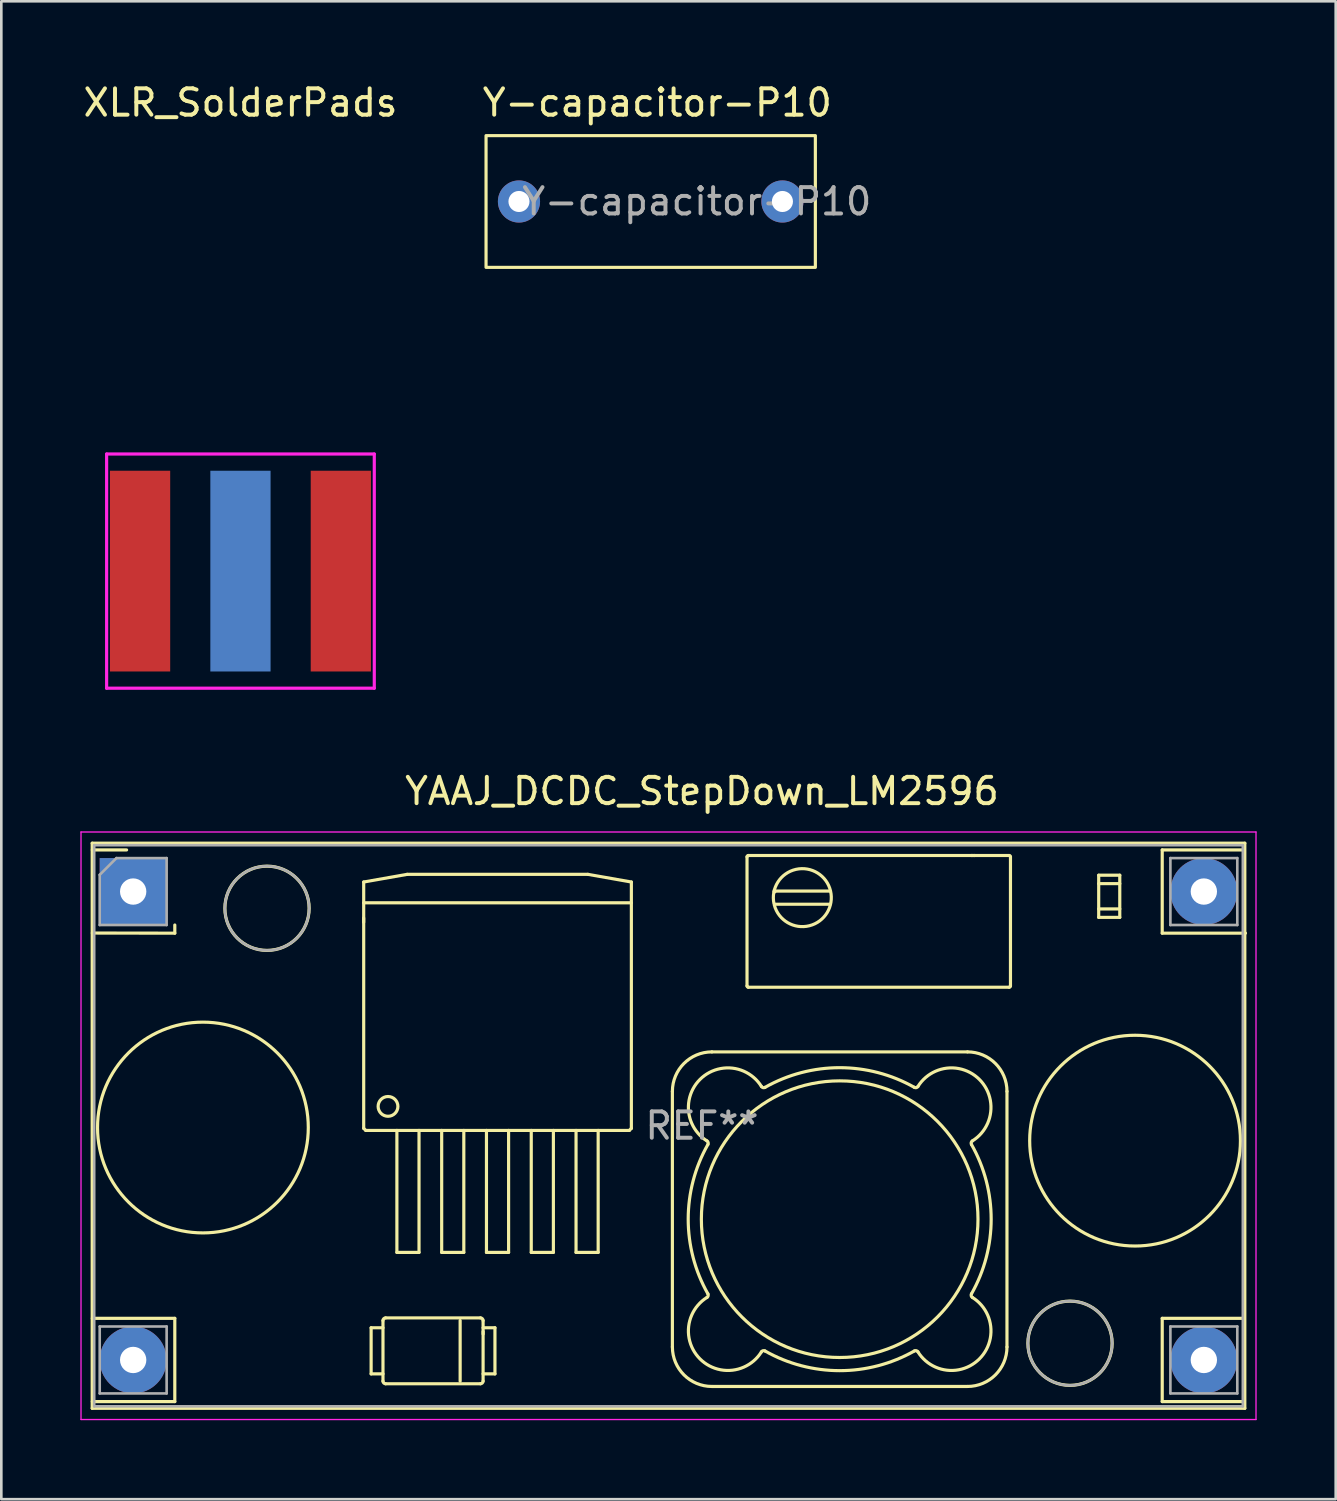
<source format=kicad_pcb>
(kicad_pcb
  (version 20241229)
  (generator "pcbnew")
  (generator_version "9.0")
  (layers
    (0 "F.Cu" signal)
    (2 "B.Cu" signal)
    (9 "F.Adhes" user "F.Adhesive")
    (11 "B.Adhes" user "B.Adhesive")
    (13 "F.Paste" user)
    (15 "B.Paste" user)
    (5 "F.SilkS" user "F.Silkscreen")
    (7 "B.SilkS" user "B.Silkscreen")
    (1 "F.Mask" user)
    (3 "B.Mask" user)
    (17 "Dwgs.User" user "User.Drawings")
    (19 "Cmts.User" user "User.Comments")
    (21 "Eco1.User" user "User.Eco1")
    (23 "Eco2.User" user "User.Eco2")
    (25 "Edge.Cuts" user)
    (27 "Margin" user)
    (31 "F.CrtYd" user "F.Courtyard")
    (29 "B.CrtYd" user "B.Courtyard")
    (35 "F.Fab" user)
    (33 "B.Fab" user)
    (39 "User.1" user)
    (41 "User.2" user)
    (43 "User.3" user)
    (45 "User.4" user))
  (footprint "Y-capacitor-P10"
    (layer "F.Cu")
    (at 21.649 4.598)
    (property "Reference" "Y-capacitor-P10" (at 0.25 -3.75 0) (layer "F.SilkS") (effects (font (size 1 1) (thickness 0.15))))
    (attr through_hole)
    (fp_rect (start -6.25 -2.5) (end 6.25 2.5) (stroke (width 0.12) (type solid)) (fill no) (layer "F.SilkS"))
    (fp_text user "${REFERENCE}" (at 1.75 0 0) (layer "F.Fab") (effects (font (size 1 1) (thickness 0.15))))
    (pad "1" thru_hole circle (at -5 0) (size 1.6 1.6) (drill 0.8) (layers "*.Cu" "*.Mask"))
    (pad "2" thru_hole circle (at 5 0) (size 1.6 1.6) (drill 0.8) (layers "*.Cu" "*.Mask")))
  (footprint "YAAJ_DCDC_StepDown_LM2596"
    (layer "F.Cu")
    (at 2.005 30.791)
    (property "Reference" "YAAJ_DCDC_StepDown_LM2596" (at 21.59 -3.81 0) (layer "F.SilkS") (effects (font (size 1 1) (thickness 0.15))))
    (attr through_hole)
    (fp_line (start -1.555 -1.835) (end -1.555 19.615) (stroke (width 0.12) (type solid)) (layer "F.SilkS"))
    (fp_line (start -1.555 19.615) (end 42.195 19.615) (stroke (width 0.12) (type solid)) (layer "F.SilkS"))
    (fp_line (start -1.55 -1.58) (end -0.25 -1.58) (stroke (width 0.12) (type solid)) (layer "F.SilkS"))
    (fp_line (start -1.55 1.575) (end 1.58 1.58) (stroke (width 0.12) (type solid)) (layer "F.SilkS"))
    (fp_line (start -1.55 16.2) (end 1.58 16.2) (stroke (width 0.12) (type solid)) (layer "F.SilkS"))
    (fp_line (start -1.55 19.36) (end 1.58 19.36) (stroke (width 0.12) (type solid)) (layer "F.SilkS"))
    (fp_line (start 1.58 1.27) (end 1.58 1.58) (stroke (width 0.12) (type solid)) (layer "F.SilkS"))
    (fp_line (start 1.58 16.2) (end 1.58 19.36) (stroke (width 0.12) (type solid)) (layer "F.SilkS"))
    (fp_line (start 8.749 1.004) (end 8.749 1.166) (stroke (width 0.12) (type solid)) (layer "F.SilkS"))
    (fp_line (start 8.75 -0.362) (end 10.4 -0.653) (stroke (width 0.12) (type solid)) (layer "F.SilkS"))
    (fp_line (start 8.75 8.989) (end 8.75 -0.362) (stroke (width 0.12) (type solid)) (layer "F.SilkS"))
    (fp_line (start 8.75 8.989) (end 8.828 9.067) (stroke (width 0.12) (type solid)) (layer "F.SilkS"))
    (fp_line (start 8.828 9.067) (end 18.833 9.067) (stroke (width 0.12) (type solid)) (layer "F.SilkS"))
    (fp_line (start 9.032 16.558) (end 9.482 16.558) (stroke (width 0.12) (type solid)) (layer "F.SilkS"))
    (fp_line (start 9.032 18.308) (end 9.032 16.558) (stroke (width 0.12) (type solid)) (layer "F.SilkS"))
    (fp_line (start 9.482 18.308) (end 9.032 18.308) (stroke (width 0.12) (type solid)) (layer "F.SilkS"))
    (fp_line (start 9.482 18.583) (end 9.482 16.283) (stroke (width 0.12) (type solid)) (layer "F.SilkS"))
    (fp_line (start 9.582 16.183) (end 13.182 16.183) (stroke (width 0.12) (type solid)) (layer "F.SilkS"))
    (fp_line (start 10.01 13.697) (end 10.01 9.067) (stroke (width 0.12) (type solid)) (layer "F.SilkS"))
    (fp_line (start 10.01 13.697) (end 10.85 13.697) (stroke (width 0.12) (type solid)) (layer "F.SilkS"))
    (fp_line (start 10.4 -0.653) (end 17.26 -0.653) (stroke (width 0.12) (type solid)) (layer "F.SilkS"))
    (fp_line (start 10.85 13.697) (end 10.85 9.067) (stroke (width 0.12) (type solid)) (layer "F.SilkS"))
    (fp_line (start 11.71 13.697) (end 11.71 9.067) (stroke (width 0.12) (type solid)) (layer "F.SilkS"))
    (fp_line (start 11.71 13.697) (end 12.55 13.697) (stroke (width 0.12) (type solid)) (layer "F.SilkS"))
    (fp_line (start 12.411 16.283) (end 12.411 18.583) (stroke (width 0.12) (type solid)) (layer "F.SilkS"))
    (fp_line (start 12.55 13.697) (end 12.55 9.067) (stroke (width 0.12) (type solid)) (layer "F.SilkS"))
    (fp_line (start 13.182 18.683) (end 9.582 18.683) (stroke (width 0.12) (type solid)) (layer "F.SilkS"))
    (fp_line (start 13.282 16.283) (end 13.282 18.583) (stroke (width 0.12) (type solid)) (layer "F.SilkS"))
    (fp_line (start 13.282 16.558) (end 13.732 16.558) (stroke (width 0.12) (type solid)) (layer "F.SilkS"))
    (fp_line (start 13.283 16.795) (end 13.283 16.7) (stroke (width 0.12) (type solid)) (layer "F.SilkS"))
    (fp_line (start 13.41 13.697) (end 13.41 9.067) (stroke (width 0.12) (type solid)) (layer "F.SilkS"))
    (fp_line (start 13.41 13.697) (end 14.25 13.697) (stroke (width 0.12) (type solid)) (layer "F.SilkS"))
    (fp_line (start 13.732 16.558) (end 13.732 18.308) (stroke (width 0.12) (type solid)) (layer "F.SilkS"))
    (fp_line (start 13.732 18.308) (end 13.282 18.308) (stroke (width 0.12) (type solid)) (layer "F.SilkS"))
    (fp_line (start 14.25 13.697) (end 14.25 9.067) (stroke (width 0.12) (type solid)) (layer "F.SilkS"))
    (fp_line (start 15.11 13.697) (end 15.11 9.067) (stroke (width 0.12) (type solid)) (layer "F.SilkS"))
    (fp_line (start 15.11 13.697) (end 15.95 13.697) (stroke (width 0.12) (type solid)) (layer "F.SilkS"))
    (fp_line (start 15.95 13.697) (end 15.95 9.067) (stroke (width 0.12) (type solid)) (layer "F.SilkS"))
    (fp_line (start 16.81 13.697) (end 16.81 9.067) (stroke (width 0.12) (type solid)) (layer "F.SilkS"))
    (fp_line (start 16.81 13.697) (end 17.65 13.697) (stroke (width 0.12) (type solid)) (layer "F.SilkS"))
    (fp_line (start 17.26 -0.653) (end 18.91 -0.362) (stroke (width 0.12) (type solid)) (layer "F.SilkS"))
    (fp_line (start 17.65 13.697) (end 17.65 9.067) (stroke (width 0.12) (type solid)) (layer "F.SilkS"))
    (fp_line (start 18.833 9.067) (end 18.91 8.989) (stroke (width 0.12) (type solid)) (layer "F.SilkS"))
    (fp_line (start 18.91 0.427) (end 8.75 0.427) (stroke (width 0.12) (type solid)) (layer "F.SilkS"))
    (fp_line (start 18.91 8.989) (end 18.91 -0.362) (stroke (width 0.12) (type solid)) (layer "F.SilkS"))
    (fp_line (start 20.467 7.586) (end 20.467 17.286) (stroke (width 0.12) (type solid)) (layer "F.SilkS"))
    (fp_line (start 21.967 18.786) (end 31.667 18.786) (stroke (width 0.12) (type solid)) (layer "F.SilkS"))
    (fp_line (start 23.3 3.582) (end 23.3 -1.318) (stroke (width 0.12) (type solid)) (layer "F.SilkS"))
    (fp_line (start 23.35 -1.368) (end 33.25 -1.368) (stroke (width 0.12) (type solid)) (layer "F.SilkS"))
    (fp_line (start 24.336 -0.049) (end 24.361 -0.018) (stroke (width 0.12) (type solid)) (layer "F.SilkS"))
    (fp_line (start 24.349 0.007) (end 24.324 0.002) (stroke (width 0.12) (type solid)) (layer "F.SilkS"))
    (fp_line (start 24.349 0.007) (end 24.356 -0.024) (stroke (width 0.12) (type solid)) (layer "F.SilkS"))
    (fp_line (start 24.349 0.007) (end 24.361 -0.018) (stroke (width 0.12) (type solid)) (layer "F.SilkS"))
    (fp_line (start 24.361 0.482) (end 26.439 0.482) (stroke (width 0.12) (type solid)) (layer "F.SilkS"))
    (fp_line (start 26.439 -0.018) (end 24.361 -0.018) (stroke (width 0.12) (type solid)) (layer "F.SilkS"))
    (fp_line (start 31.667 6.086) (end 21.967 6.086) (stroke (width 0.12) (type solid)) (layer "F.SilkS"))
    (fp_line (start 31.859 -1.369) (end 31.814 -1.369) (stroke (width 0.12) (type solid)) (layer "F.SilkS"))
    (fp_line (start 31.942 -1.369) (end 31.908 -1.369) (stroke (width 0.12) (type solid)) (layer "F.SilkS"))
    (fp_line (start 33.167 17.286) (end 33.167 7.586) (stroke (width 0.12) (type solid)) (layer "F.SilkS"))
    (fp_line (start 33.25 3.632) (end 23.35 3.632) (stroke (width 0.12) (type solid)) (layer "F.SilkS"))
    (fp_line (start 33.3 -1.318) (end 33.3 3.582) (stroke (width 0.12) (type solid)) (layer "F.SilkS"))
    (fp_line (start 36.649 -0.3) (end 37.449 -0.3) (stroke (width 0.12) (type solid)) (layer "F.SilkS"))
    (fp_line (start 36.649 0.98) (end 36.649 -0.62) (stroke (width 0.12) (type solid)) (layer "F.SilkS"))
    (fp_line (start 37.449 -0.62) (end 36.649 -0.62) (stroke (width 0.12) (type solid)) (layer "F.SilkS"))
    (fp_line (start 37.449 -0.62) (end 37.449 0.98) (stroke (width 0.12) (type solid)) (layer "F.SilkS"))
    (fp_line (start 37.449 0.66) (end 36.649 0.66) (stroke (width 0.12) (type solid)) (layer "F.SilkS"))
    (fp_line (start 37.449 0.98) (end 36.649 0.98) (stroke (width 0.12) (type solid)) (layer "F.SilkS"))
    (fp_line (start 39.06 -1.58) (end 42.175 -1.58) (stroke (width 0.12) (type solid)) (layer "F.SilkS"))
    (fp_line (start 39.06 1.58) (end 39.06 -1.58) (stroke (width 0.12) (type solid)) (layer "F.SilkS"))
    (fp_line (start 39.06 1.58) (end 42.22 1.58) (stroke (width 0.12) (type solid)) (layer "F.SilkS"))
    (fp_line (start 39.06 16.2) (end 42.175 16.2) (stroke (width 0.12) (type solid)) (layer "F.SilkS"))
    (fp_line (start 39.06 19.36) (end 39.06 16.2) (stroke (width 0.12) (type solid)) (layer "F.SilkS"))
    (fp_line (start 39.06 19.36) (end 42.175 19.36) (stroke (width 0.12) (type solid)) (layer "F.SilkS"))
    (fp_line (start 42.195 -1.835) (end -1.555 -1.835) (stroke (width 0.12) (type solid)) (layer "F.SilkS"))
    (fp_line (start 42.195 19.615) (end 42.195 -1.835) (stroke (width 0.12) (type solid)) (layer "F.SilkS"))
    (fp_arc (start 9.481636 16.283217) (mid 9.510925 16.212506) (end 9.581636 16.183217) (stroke (width 0.12) (type solid)) (layer "F.SilkS"))
    (fp_arc (start 9.581636 18.683217) (mid 9.510925 18.653928) (end 9.481636 18.583217) (stroke (width 0.12) (type solid)) (layer "F.SilkS"))
    (fp_arc (start 13.181636 16.183217) (mid 13.252347 16.212506) (end 13.281636 16.283217) (stroke (width 0.12) (type solid)) (layer "F.SilkS"))
    (fp_arc (start 13.281636 18.583217) (mid 13.252347 18.653928) (end 13.181636 18.683217) (stroke (width 0.12) (type solid)) (layer "F.SilkS"))
    (fp_arc (start 20.467397 7.585796) (mid 20.906737 6.525136) (end 21.967397 6.085796) (stroke (width 0.12) (type solid)) (layer "F.SilkS"))
    (fp_arc (start 21.781131 9.46601) (mid 21.825145 9.526245) (end 21.815218 9.600183) (stroke (width 0.12) (type solid)) (layer "F.SilkS"))
    (fp_arc (start 21.781132 9.466011) (mid 21.514096 7.132496) (end 23.847611 7.399531) (stroke (width 0.12) (type solid)) (layer "F.SilkS"))
    (fp_arc (start 21.815217 15.271409) (mid 21.825145 15.345347) (end 21.781132 15.405582) (stroke (width 0.12) (type solid)) (layer "F.SilkS"))
    (fp_arc (start 21.815218 15.27141) (mid 21.067397 12.435796) (end 21.815218 9.600183) (stroke (width 0.12) (type solid)) (layer "F.SilkS"))
    (fp_arc (start 21.967397 18.785796) (mid 20.906737 18.346456) (end 20.467397 17.285796) (stroke (width 0.12) (type solid)) (layer "F.SilkS"))
    (fp_arc (start 23.299783 -1.317705) (mid 23.314428 -1.35306) (end 23.349783 -1.367705) (stroke (width 0.12) (type solid)) (layer "F.SilkS"))
    (fp_arc (start 23.349783 3.632294) (mid 23.314428 3.617649) (end 23.299783 3.582294) (stroke (width 0.12) (type solid)) (layer "F.SilkS"))
    (fp_arc (start 23.847611 17.472062) (mid 21.514095 17.739097) (end 21.781132 15.405582) (stroke (width 0.12) (type solid)) (layer "F.SilkS"))
    (fp_arc (start 23.847611 17.472062) (mid 23.907845 17.428049) (end 23.981783 17.437976) (stroke (width 0.12) (type solid)) (layer "F.SilkS"))
    (fp_arc (start 23.981783 7.433617) (mid 23.907845 7.443544) (end 23.847611 7.399531) (stroke (width 0.12) (type solid)) (layer "F.SilkS"))
    (fp_arc (start 23.981784 7.433617) (mid 26.817397 6.685796) (end 29.653011 7.433617) (stroke (width 0.12) (type solid)) (layer "F.SilkS"))
    (fp_arc (start 24.324148 0.462527) (mid 26.469605 -0.023594) (end 24.336385 0.51369) (stroke (width 0.12) (type solid)) (layer "F.SilkS"))
    (fp_arc (start 29.653011 17.437976) (mid 26.817397 18.185797) (end 23.981783 17.437976) (stroke (width 0.12) (type solid)) (layer "F.SilkS"))
    (fp_arc (start 29.653011 17.437976) (mid 29.726949 17.428049) (end 29.787183 17.472062) (stroke (width 0.12) (type solid)) (layer "F.SilkS"))
    (fp_arc (start 29.787183 7.399531) (mid 29.726949 7.443544) (end 29.653011 7.433617) (stroke (width 0.12) (type solid)) (layer "F.SilkS"))
    (fp_arc (start 29.787183 7.399531) (mid 32.120699 7.132496) (end 31.853662 9.466011) (stroke (width 0.12) (type solid)) (layer "F.SilkS"))
    (fp_arc (start 31.667397 6.085796) (mid 32.728057 6.525136) (end 33.167397 7.585796) (stroke (width 0.12) (type solid)) (layer "F.SilkS"))
    (fp_arc (start 31.819576 9.600183) (mid 32.567397 12.435796) (end 31.819576 15.27141) (stroke (width 0.12) (type solid)) (layer "F.SilkS"))
    (fp_arc (start 31.819577 9.600184) (mid 31.809649 9.526246) (end 31.853662 9.466011) (stroke (width 0.12) (type solid)) (layer "F.SilkS"))
    (fp_arc (start 31.853662 15.405582) (mid 32.120698 17.739097) (end 29.787183 17.472062) (stroke (width 0.12) (type solid)) (layer "F.SilkS"))
    (fp_arc (start 31.853663 15.405583) (mid 31.809649 15.345348) (end 31.819576 15.27141) (stroke (width 0.12) (type solid)) (layer "F.SilkS"))
    (fp_arc (start 33.167397 17.285796) (mid 32.728057 18.346456) (end 31.667397 18.785796) (stroke (width 0.12) (type solid)) (layer "F.SilkS"))
    (fp_arc (start 33.249783 -1.367705) (mid 33.285138 -1.35306) (end 33.299783 -1.317705) (stroke (width 0.12) (type solid)) (layer "F.SilkS"))
    (fp_arc (start 33.299783 3.582294) (mid 33.285138 3.617649) (end 33.249783 3.632294) (stroke (width 0.12) (type solid)) (layer "F.SilkS"))
    (fp_circle (center 2.647 8.957) (end 6.647 8.957) (stroke (width 0.12) (type solid)) (fill no) (layer "F.SilkS"))
    (fp_circle (center 5.08 0.635) (end 6.679 0.635) (stroke (width 0.12) (type solid)) (fill no) (layer "F.SilkS"))
    (fp_circle (center 9.673 8.155) (end 10.048 8.155) (stroke (width 0.12) (type solid)) (fill no) (layer "F.SilkS"))
    (fp_circle (center 26.817 12.436) (end 32.067 12.436) (stroke (width 0.12) (type solid)) (fill no) (layer "F.SilkS"))
    (fp_circle (center 35.56 17.145) (end 37.159 17.145) (stroke (width 0.12) (type solid)) (fill no) (layer "F.SilkS"))
    (fp_circle (center 38.029 9.455) (end 42.029 9.455) (stroke (width 0.12) (type solid)) (fill no) (layer "F.SilkS"))
    (fp_line (start -1.98 -2.26) (end 42.62 -2.26) (stroke (width 0.05) (type solid)) (layer "F.CrtYd"))
    (fp_line (start -1.98 20.04) (end -1.98 -2.26) (stroke (width 0.05) (type solid)) (layer "F.CrtYd"))
    (fp_line (start 42.62 -2.26) (end 42.62 20.04) (stroke (width 0.05) (type solid)) (layer "F.CrtYd"))
    (fp_line (start 42.62 20.04) (end -1.98 20.04) (stroke (width 0.05) (type solid)) (layer "F.CrtYd"))
    (fp_line (start -1.48 -1.76) (end -1.48 19.54) (stroke (width 0.1) (type solid)) (layer "F.Fab"))
    (fp_line (start -1.48 19.54) (end 42.12 19.54) (stroke (width 0.1) (type solid)) (layer "F.Fab"))
    (fp_line (start -1.27 -0.635) (end -0.635 -1.27) (stroke (width 0.1) (type solid)) (layer "F.Fab"))
    (fp_line (start -1.27 1.27) (end -1.27 -0.635) (stroke (width 0.1) (type solid)) (layer "F.Fab"))
    (fp_line (start -1.27 16.51) (end 1.27 16.51) (stroke (width 0.1) (type solid)) (layer "F.Fab"))
    (fp_line (start -1.27 19.05) (end -1.27 16.51) (stroke (width 0.1) (type solid)) (layer "F.Fab"))
    (fp_line (start -0.635 -1.27) (end 1.27 -1.27) (stroke (width 0.1) (type solid)) (layer "F.Fab"))
    (fp_line (start 1.27 -1.27) (end 1.27 1.27) (stroke (width 0.1) (type solid)) (layer "F.Fab"))
    (fp_line (start 1.27 1.27) (end -1.27 1.27) (stroke (width 0.1) (type solid)) (layer "F.Fab"))
    (fp_line (start 1.27 16.51) (end 1.27 19.05) (stroke (width 0.1) (type solid)) (layer "F.Fab"))
    (fp_line (start 1.27 19.05) (end -1.27 19.05) (stroke (width 0.1) (type solid)) (layer "F.Fab"))
    (fp_line (start 39.37 -1.27) (end 41.91 -1.27) (stroke (width 0.1) (type solid)) (layer "F.Fab"))
    (fp_line (start 39.37 1.27) (end 39.37 -1.27) (stroke (width 0.1) (type solid)) (layer "F.Fab"))
    (fp_line (start 39.37 16.51) (end 41.91 16.51) (stroke (width 0.1) (type solid)) (layer "F.Fab"))
    (fp_line (start 39.37 19.05) (end 39.37 16.51) (stroke (width 0.1) (type solid)) (layer "F.Fab"))
    (fp_line (start 41.91 -1.27) (end 41.91 1.27) (stroke (width 0.1) (type solid)) (layer "F.Fab"))
    (fp_line (start 41.91 1.27) (end 39.37 1.27) (stroke (width 0.1) (type solid)) (layer "F.Fab"))
    (fp_line (start 41.91 16.51) (end 41.91 19.05) (stroke (width 0.1) (type solid)) (layer "F.Fab"))
    (fp_line (start 41.91 19.05) (end 39.37 19.05) (stroke (width 0.1) (type solid)) (layer "F.Fab"))
    (fp_line (start 42.12 -1.76) (end -1.48 -1.76) (stroke (width 0.1) (type solid)) (layer "F.Fab"))
    (fp_line (start 42.12 19.54) (end 42.12 -1.76) (stroke (width 0.1) (type solid)) (layer "F.Fab"))
    (fp_circle (center 5.08 0.635) (end 6.679 0.635) (stroke (width 0.1) (type solid)) (fill no) (layer "F.Fab"))
    (fp_circle (center 35.56 17.145) (end 37.159 17.145) (stroke (width 0.1) (type solid)) (fill no) (layer "F.Fab"))
    (fp_text user "REF**" (at 21.59 8.89 0) (layer "F.Fab") (effects (font (size 1 1) (thickness 0.15))))
    (pad "1" thru_hole rect (at 0 0) (size 2.54 2.54) (drill 1) (layers "*.Cu" "*.Mask"))
    (pad "2" thru_hole circle (at 0 17.78) (size 2.54 2.54) (drill 1) (layers "*.Cu" "*.Mask"))
    (pad "3" thru_hole circle (at 40.64 17.78) (size 2.54 2.54) (drill 1) (layers "*.Cu" "*.Mask"))
    (pad "4" thru_hole circle (at 40.64 0) (size 2.54 2.54) (drill 1) (layers "*.Cu" "*.Mask")))
  (footprint "XLR_SolderPads"
    (layer "F.Cu")
    (at 6.077 14.818)
    (property "Reference" "XLR_SolderPads" (at 0 -13.97 0) (unlocked yes) (layer "F.SilkS") (effects (font (size 1 1) (thickness 0.15))))
    (attr smd)
    (fp_line (start 5.08 -0.635) (end -5.08 -0.635) (stroke (width 0.12) (type solid)) (layer "F.CrtYd"))
    (fp_rect (start -5.08 -0.635) (end -5.08 8.255) (stroke (width 0.12) (type solid)) (fill no) (layer "F.CrtYd"))
    (fp_rect (start -5.08 8.255) (end 5.08 8.255) (stroke (width 0.12) (type solid)) (fill no) (layer "F.CrtYd"))
    (fp_rect (start 5.08 8.255) (end 5.08 -0.635) (stroke (width 0.12) (type solid)) (fill no) (layer "F.CrtYd"))
    (pad "1" smd rect (at 3.81 3.81) (size 2.286 7.62) (layers "F.Cu" "F.Mask" "F.Paste"))
    (pad "2" smd rect (at -3.81 3.81) (size 2.286 7.62) (layers "F.Cu" "F.Mask" "F.Paste"))
    (pad "3" smd rect (at 0 3.81) (size 2.286 7.62) (layers "B.Cu" "B.Mask" "B.Paste")))
  (gr_rect
    (start -3 -3)
    (end 47.65 53.856)
    (stroke (width 0.1) (type default))
    (fill no)
    (layer "Edge.Cuts")))
</source>
